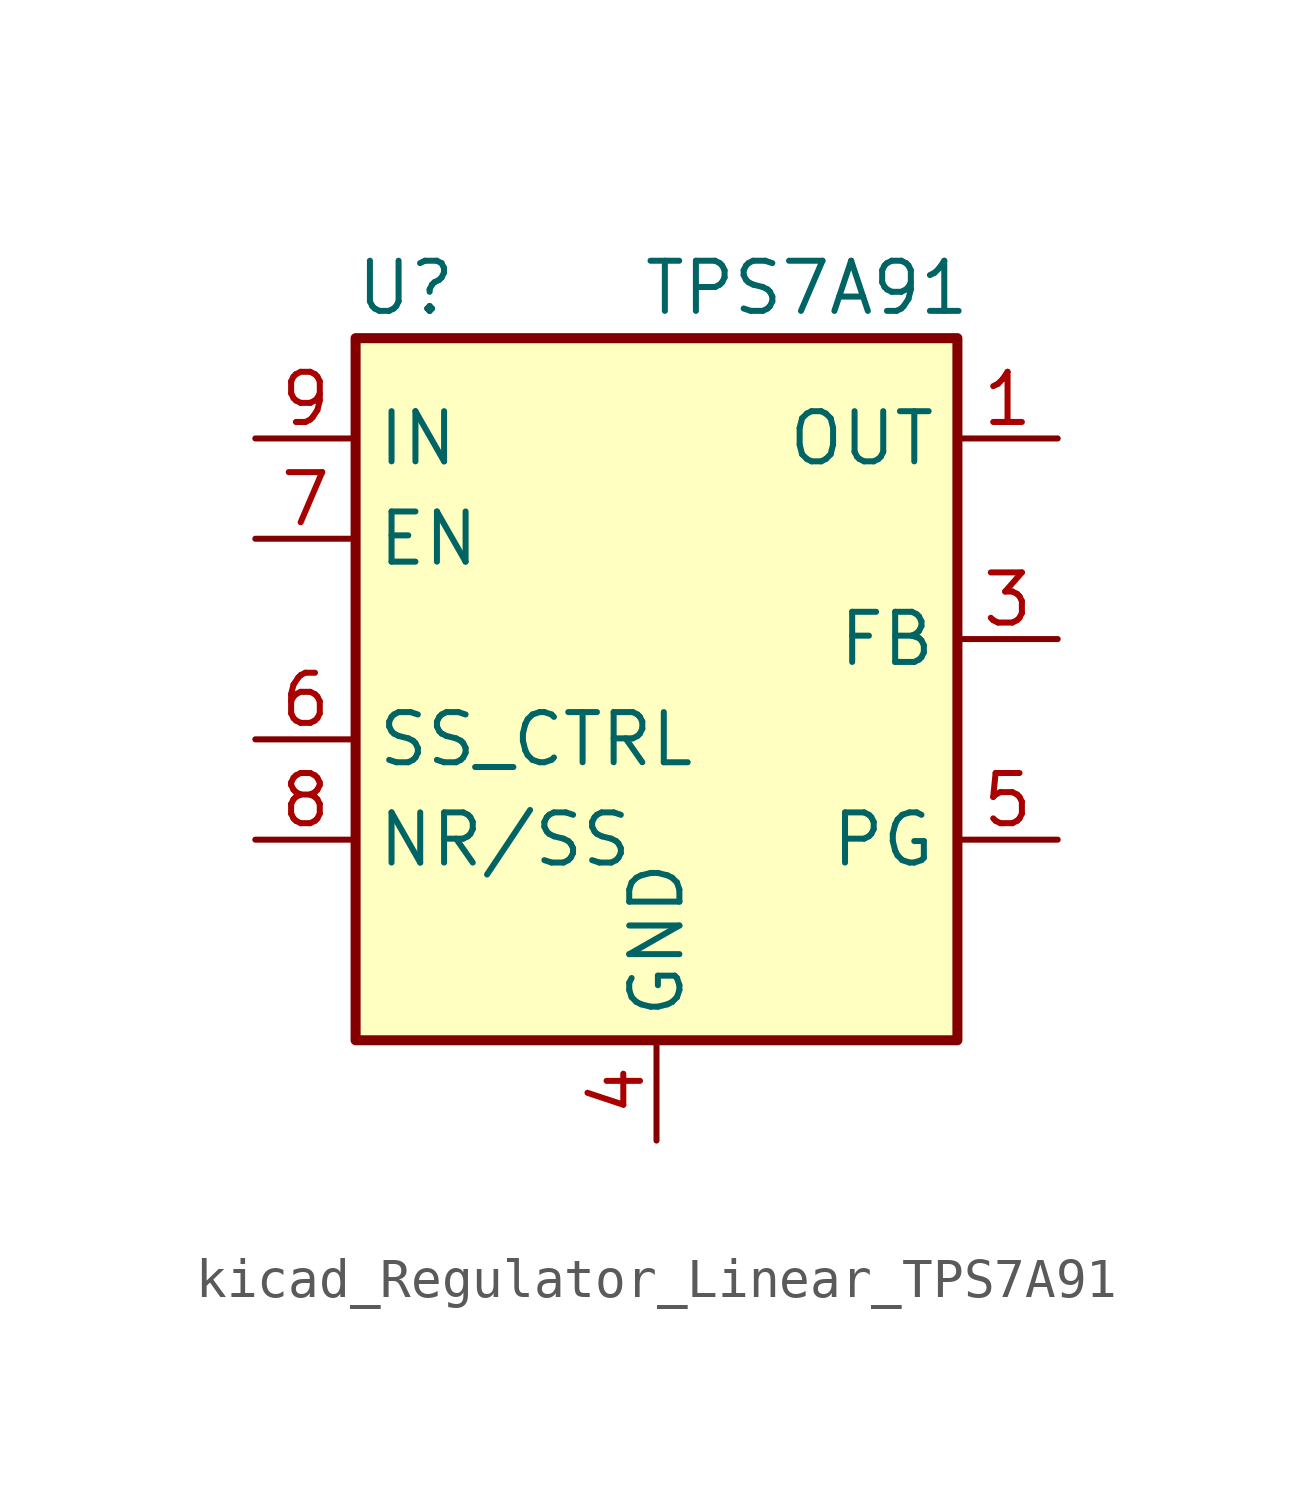
<source format=kicad_sym>
(kicad_symbol_lib
  (version 20220914)
  (generator kicad_symbol_editor)
  (symbol "kicad_Regulator_Linear_TPS7A91"
    (property "Reference" "U"
      (at -6.35 11.43 0)
      (effects (font (size 1.27 1.27))))
    (property "Value" "TPS7A91"
      (at 3.81 11.43 0)
      (effects (font (size 1.27 1.27))))
    (symbol "kicad_Regulator_Linear_TPS7A91_0_1"
      (rectangle (start -7.62 10.16) (end 7.62 -7.62) (stroke (width 0.254) (type default)) (fill (type background))))
    (symbol "kicad_Regulator_Linear_TPS7A91_1_1"
      (pin power_out line (at 10.16 7.62 180) (length 2.54) (name "OUT" (effects (font (size 1.27 1.27)))) (number "1" (effects (font (size 1.27 1.27)))))
      (pin passive line (at -10.16 7.62 0) (length 2.54) hide (name "IN" (effects (font (size 1.27 1.27)))) (number "10" (effects (font (size 1.27 1.27)))))
      (pin passive line (at 0 -10.16 90) (length 2.54) hide (name "GND" (effects (font (size 1.27 1.27)))) (number "11" (effects (font (size 1.27 1.27)))))
      (pin passive line (at 10.16 7.62 180) (length 2.54) hide (name "OUT" (effects (font (size 1.27 1.27)))) (number "2" (effects (font (size 1.27 1.27)))))
      (pin input line (at 10.16 2.54 180) (length 2.54) (name "FB" (effects (font (size 1.27 1.27)))) (number "3" (effects (font (size 1.27 1.27)))))
      (pin power_in line (at 0 -10.16 90) (length 2.54) (name "GND" (effects (font (size 1.27 1.27)))) (number "4" (effects (font (size 1.27 1.27)))))
      (pin open_collector line (at 10.16 -2.54 180) (length 2.54) (name "PG" (effects (font (size 1.27 1.27)))) (number "5" (effects (font (size 1.27 1.27)))))
      (pin input line (at -10.16 0 0) (length 2.54) (name "SS_CTRL" (effects (font (size 1.27 1.27)))) (number "6" (effects (font (size 1.27 1.27)))))
      (pin input line (at -10.16 5.08 0) (length 2.54) (name "EN" (effects (font (size 1.27 1.27)))) (number "7" (effects (font (size 1.27 1.27)))))
      (pin passive line (at -10.16 -2.54 0) (length 2.54) (name "NR/SS" (effects (font (size 1.27 1.27)))) (number "8" (effects (font (size 1.27 1.27)))))
      (pin power_in line (at -10.16 7.62 0) (length 2.54) (name "IN" (effects (font (size 1.27 1.27)))) (number "9" (effects (font (size 1.27 1.27))))))))
</source>
